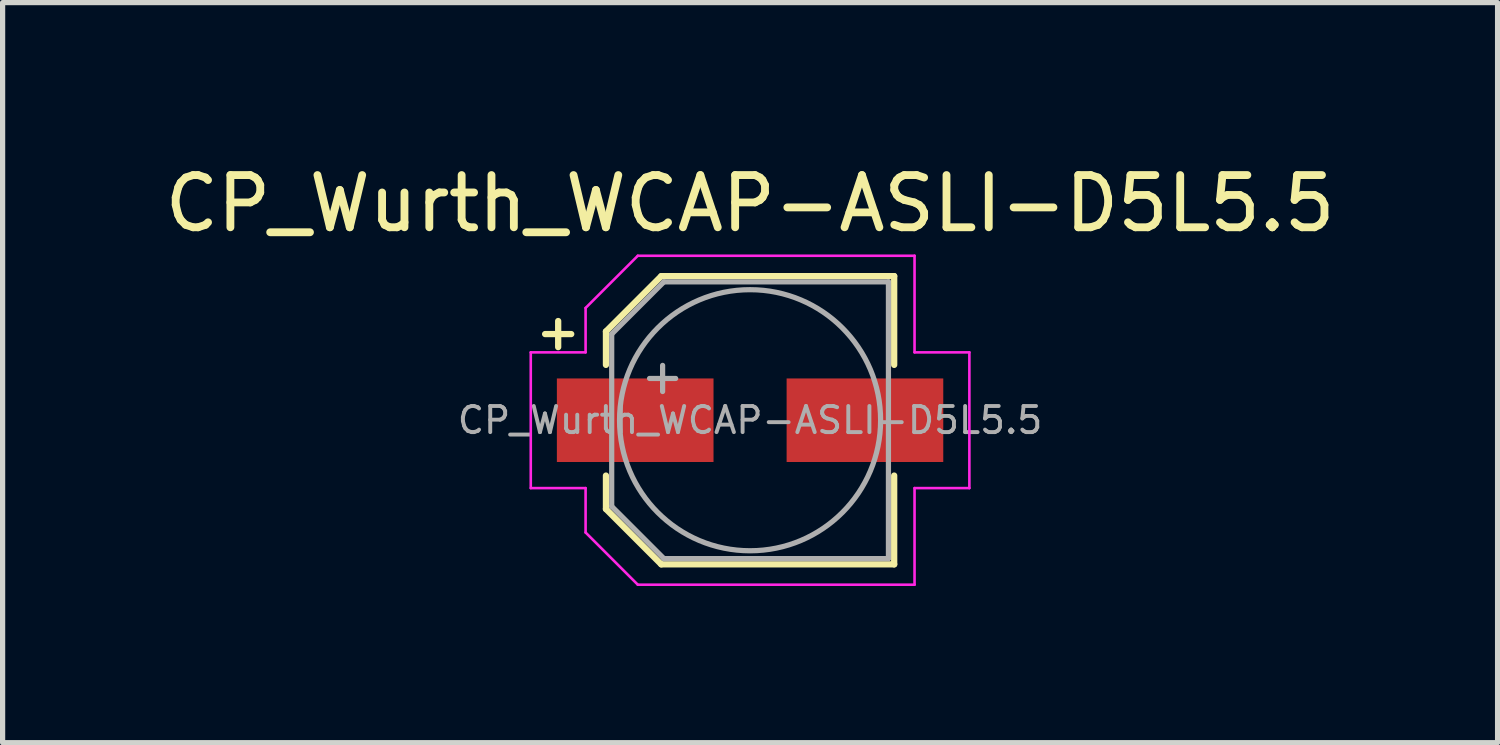
<source format=kicad_pcb>
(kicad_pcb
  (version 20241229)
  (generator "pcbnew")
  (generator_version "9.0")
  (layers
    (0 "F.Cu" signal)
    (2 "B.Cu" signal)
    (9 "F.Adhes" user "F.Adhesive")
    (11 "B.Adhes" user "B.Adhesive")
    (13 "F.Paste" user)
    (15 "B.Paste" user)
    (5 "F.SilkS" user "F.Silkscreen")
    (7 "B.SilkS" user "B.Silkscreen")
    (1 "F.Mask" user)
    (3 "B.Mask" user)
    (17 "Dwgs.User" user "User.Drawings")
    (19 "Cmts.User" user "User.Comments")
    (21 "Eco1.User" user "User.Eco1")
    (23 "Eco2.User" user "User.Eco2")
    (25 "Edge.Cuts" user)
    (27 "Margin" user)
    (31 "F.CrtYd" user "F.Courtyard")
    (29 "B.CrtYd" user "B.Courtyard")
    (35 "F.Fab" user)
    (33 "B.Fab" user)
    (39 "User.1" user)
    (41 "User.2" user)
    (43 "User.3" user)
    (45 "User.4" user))
  (footprint "CP_Wurth_WCAP-ASLI-D5L5.5"
    (layer "F.Cu")
    (at 11.315 4.998)
    (property "Reference" "CP_Wurth_WCAP-ASLI-D5L5.5" (at 0 -4.15 0) (unlocked yes) (layer "F.SilkS") (effects (font (size 1 1) (thickness 0.15))))
    (attr smd)
    (fp_line (start -3.675 -1.4) (end -3.675 -1.9) (stroke (width 0.12) (type solid)) (layer "F.SilkS"))
    (fp_line (start -3.425 -1.65) (end -3.925 -1.65) (stroke (width 0.12) (type solid)) (layer "F.SilkS"))
    (fp_line (start -2.76 -1.7) (end -2.76 -1.06) (stroke (width 0.12) (type default)) (layer "F.SilkS"))
    (fp_line (start -2.76 -1.7) (end -1.7 -2.76) (stroke (width 0.12) (type default)) (layer "F.SilkS"))
    (fp_line (start -2.76 1.7) (end -2.76 1.06) (stroke (width 0.12) (type default)) (layer "F.SilkS"))
    (fp_line (start -2.76 1.7) (end -1.7 2.76) (stroke (width 0.12) (type default)) (layer "F.SilkS"))
    (fp_line (start -1.7 -2.76) (end 2.76 -2.76) (stroke (width 0.12) (type solid)) (layer "F.SilkS"))
    (fp_line (start -1.7 2.76) (end 2.76 2.76) (stroke (width 0.12) (type solid)) (layer "F.SilkS"))
    (fp_line (start 2.76 -2.76) (end 2.76 -1.06) (stroke (width 0.12) (type default)) (layer "F.SilkS"))
    (fp_line (start 2.76 1.06) (end 2.76 2.76) (stroke (width 0.12) (type default)) (layer "F.SilkS"))
    (fp_line (start -4.2 -1.3) (end -4.2 1.3) (stroke (width 0.05) (type default)) (layer "F.CrtYd"))
    (fp_line (start -4.2 -1.3) (end -3.15 -1.3) (stroke (width 0.05) (type default)) (layer "F.CrtYd"))
    (fp_line (start -4.2 1.3) (end -3.15 1.3) (stroke (width 0.05) (type default)) (layer "F.CrtYd"))
    (fp_line (start -3.15 -2.15) (end -3.15 -1.3) (stroke (width 0.05) (type default)) (layer "F.CrtYd"))
    (fp_line (start -3.15 -2.15) (end -2.15 -3.15) (stroke (width 0.05) (type default)) (layer "F.CrtYd"))
    (fp_line (start -3.15 1.3) (end -3.15 2.15) (stroke (width 0.05) (type default)) (layer "F.CrtYd"))
    (fp_line (start -3.15 2.15) (end -2.15 3.15) (stroke (width 0.05) (type default)) (layer "F.CrtYd"))
    (fp_line (start -2.15 -3.15) (end 3.15 -3.15) (stroke (width 0.05) (type default)) (layer "F.CrtYd"))
    (fp_line (start -2.15 3.15) (end 3.15 3.15) (stroke (width 0.05) (type default)) (layer "F.CrtYd"))
    (fp_line (start 3.15 -3.15) (end 3.15 -1.3) (stroke (width 0.05) (type default)) (layer "F.CrtYd"))
    (fp_line (start 3.15 -1.3) (end 4.2 -1.3) (stroke (width 0.05) (type default)) (layer "F.CrtYd"))
    (fp_line (start 3.15 1.3) (end 3.15 3.15) (stroke (width 0.05) (type default)) (layer "F.CrtYd"))
    (fp_line (start 3.15 1.3) (end 4.2 1.3) (stroke (width 0.05) (type default)) (layer "F.CrtYd"))
    (fp_line (start 4.2 -1.3) (end 4.2 1.3) (stroke (width 0.05) (type default)) (layer "F.CrtYd"))
    (fp_line (start -2.65 -1.65) (end -1.65 -2.65) (stroke (width 0.1) (type default)) (layer "F.Fab"))
    (fp_line (start -2.65 1.65) (end -2.65 -1.65) (stroke (width 0.1) (type default)) (layer "F.Fab"))
    (fp_line (start -1.675 -0.55) (end -1.675 -1.05) (stroke (width 0.1) (type default)) (layer "F.Fab"))
    (fp_line (start -1.65 -2.65) (end 2.65 -2.65) (stroke (width 0.1) (type default)) (layer "F.Fab"))
    (fp_line (start -1.65 2.65) (end -2.65 1.65) (stroke (width 0.1) (type default)) (layer "F.Fab"))
    (fp_line (start -1.425 -0.8) (end -1.925 -0.8) (stroke (width 0.1) (type default)) (layer "F.Fab"))
    (fp_line (start 2.65 -2.65) (end 2.65 2.65) (stroke (width 0.1) (type default)) (layer "F.Fab"))
    (fp_line (start 2.65 2.65) (end -1.65 2.65) (stroke (width 0.1) (type default)) (layer "F.Fab"))
    (fp_circle (center 0 0) (end 2.5 0) (stroke (width 0.1) (type default)) (fill no) (layer "F.Fab"))
    (fp_text user "${REFERENCE}" (at 0 0 0) (unlocked yes) (layer "F.Fab") (effects (font (size 0.5 0.5) (thickness 0.075))))
    (pad "1" smd rect (at -2.2 0) (size 3 1.6) (layers "F.Cu" "F.Mask" "F.Paste"))
    (pad "2" smd rect (at 2.2 0) (size 3 1.6) (layers "F.Cu" "F.Mask" "F.Paste")))
  (gr_rect
    (start -3 -3)
    (end 25.631 11.173)
    (stroke (width 0.1) (type default))
    (fill no)
    (layer "Edge.Cuts")))
</source>
